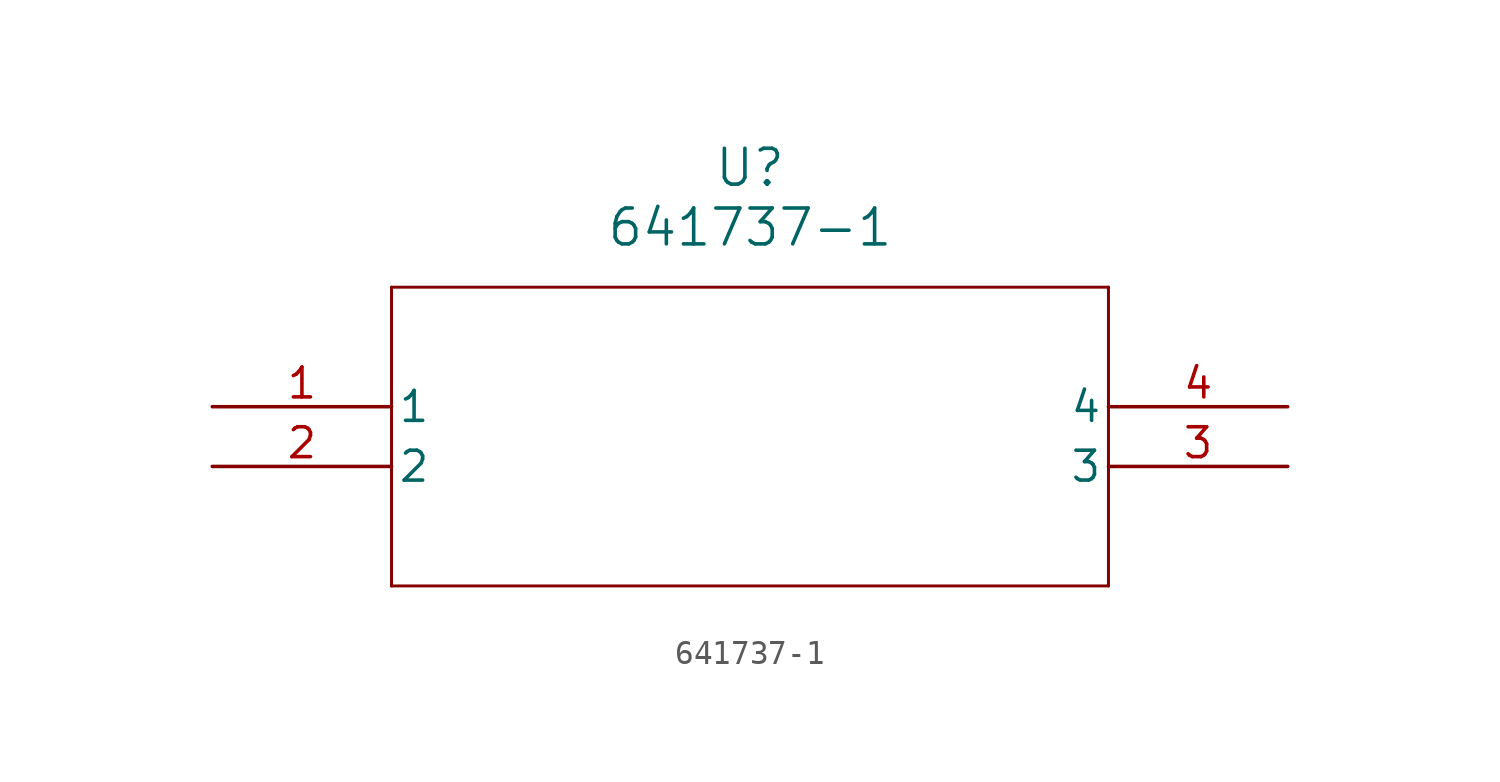
<source format=kicad_sym>
(kicad_symbol_lib
  (version 20211014)
  (generator kicad_symbol_editor)
  (symbol "641737-1"
    (pin_names
      (offset 0.254))
    (property "Reference" "U"
      (at 22.86 10.16 0)
      (effects (font (size 1.524 1.524))))
    (property "Value" "641737-1"
      (at 22.86 7.62 0)
      (effects (font (size 1.524 1.524))))
    (symbol "641737-1_0_1"
      (polyline (pts (xy 7.62 5.08) (xy 7.62 -7.62)) (stroke (width 0.127) (type default) (color 0 0 0 0)) (fill (type none)))
      (polyline (pts (xy 7.62 -7.62) (xy 38.1 -7.62)) (stroke (width 0.127) (type default) (color 0 0 0 0)) (fill (type none)))
      (polyline (pts (xy 38.1 -7.62) (xy 38.1 5.08)) (stroke (width 0.127) (type default) (color 0 0 0 0)) (fill (type none)))
      (polyline (pts (xy 38.1 5.08) (xy 7.62 5.08)) (stroke (width 0.127) (type default) (color 0 0 0 0)) (fill (type none)))
      (pin unspecified line (at 0 0 0) (length 7.62) (name "1" (effects (font (size 1.27 1.27)))) (number "1" (effects (font (size 1.27 1.27)))))
      (pin unspecified line (at 0 -2.54 0) (length 7.62) (name "2" (effects (font (size 1.27 1.27)))) (number "2" (effects (font (size 1.27 1.27)))))
      (pin unspecified line (at 45.72 -2.54 180) (length 7.62) (name "3" (effects (font (size 1.27 1.27)))) (number "3" (effects (font (size 1.27 1.27)))))
      (pin unspecified line (at 45.72 0 180) (length 7.62) (name "4" (effects (font (size 1.27 1.27)))) (number "4" (effects (font (size 1.27 1.27))))))))
</source>
